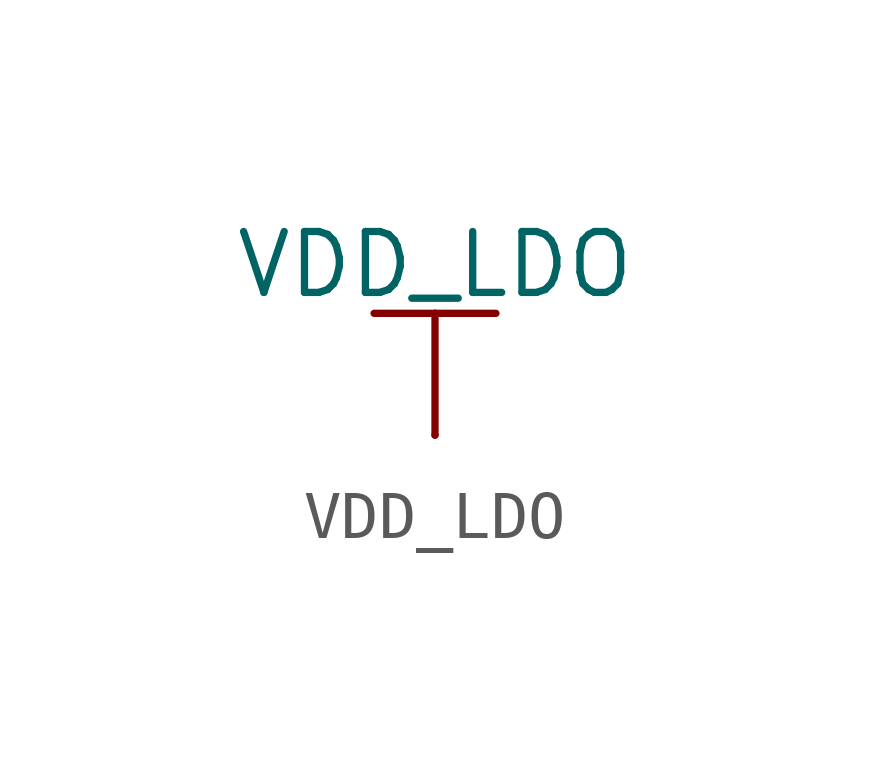
<source format=kicad_sym>
(kicad_symbol_lib
  (version 20241209)
  (generator "kicad_symbol_editor")
  (generator_version "9.0")
  (symbol "VDD_LDO"
    (power)
    (pin_numbers
      (hide yes))
    (pin_names
      (offset 0)
      (hide yes))
    (property "Reference" "#PWR"
      (at 0 0 0)
      (effects (font (size 1.27 1.27)) (hide yes)))
    (property "Value" "VDD_LDO"
      (at 0 3.556 0)
      (do_not_autoplace)
      (effects (font (size 1.27 1.27))))
    (symbol "VDD_LDO_0_1"
      (polyline (pts (xy -1.27 2.54) (xy 0 2.54)) (stroke (width 0) (type default)) (fill (type none)))
      (polyline (pts (xy 0 2.54) (xy 1.27 2.54)) (stroke (width 0) (type default)) (fill (type none)))
      (polyline (pts (xy 0 0) (xy 0 2.54)) (stroke (width 0) (type default)) (fill (type none))))
    (symbol "VDD_LDO_1_1"
      (pin power_in line (at 0 0 90) (length 0) (name "~" (effects (font (size 1.27 1.27)))) (number "1" (effects (font (size 1.27 1.27))))))))
</source>
